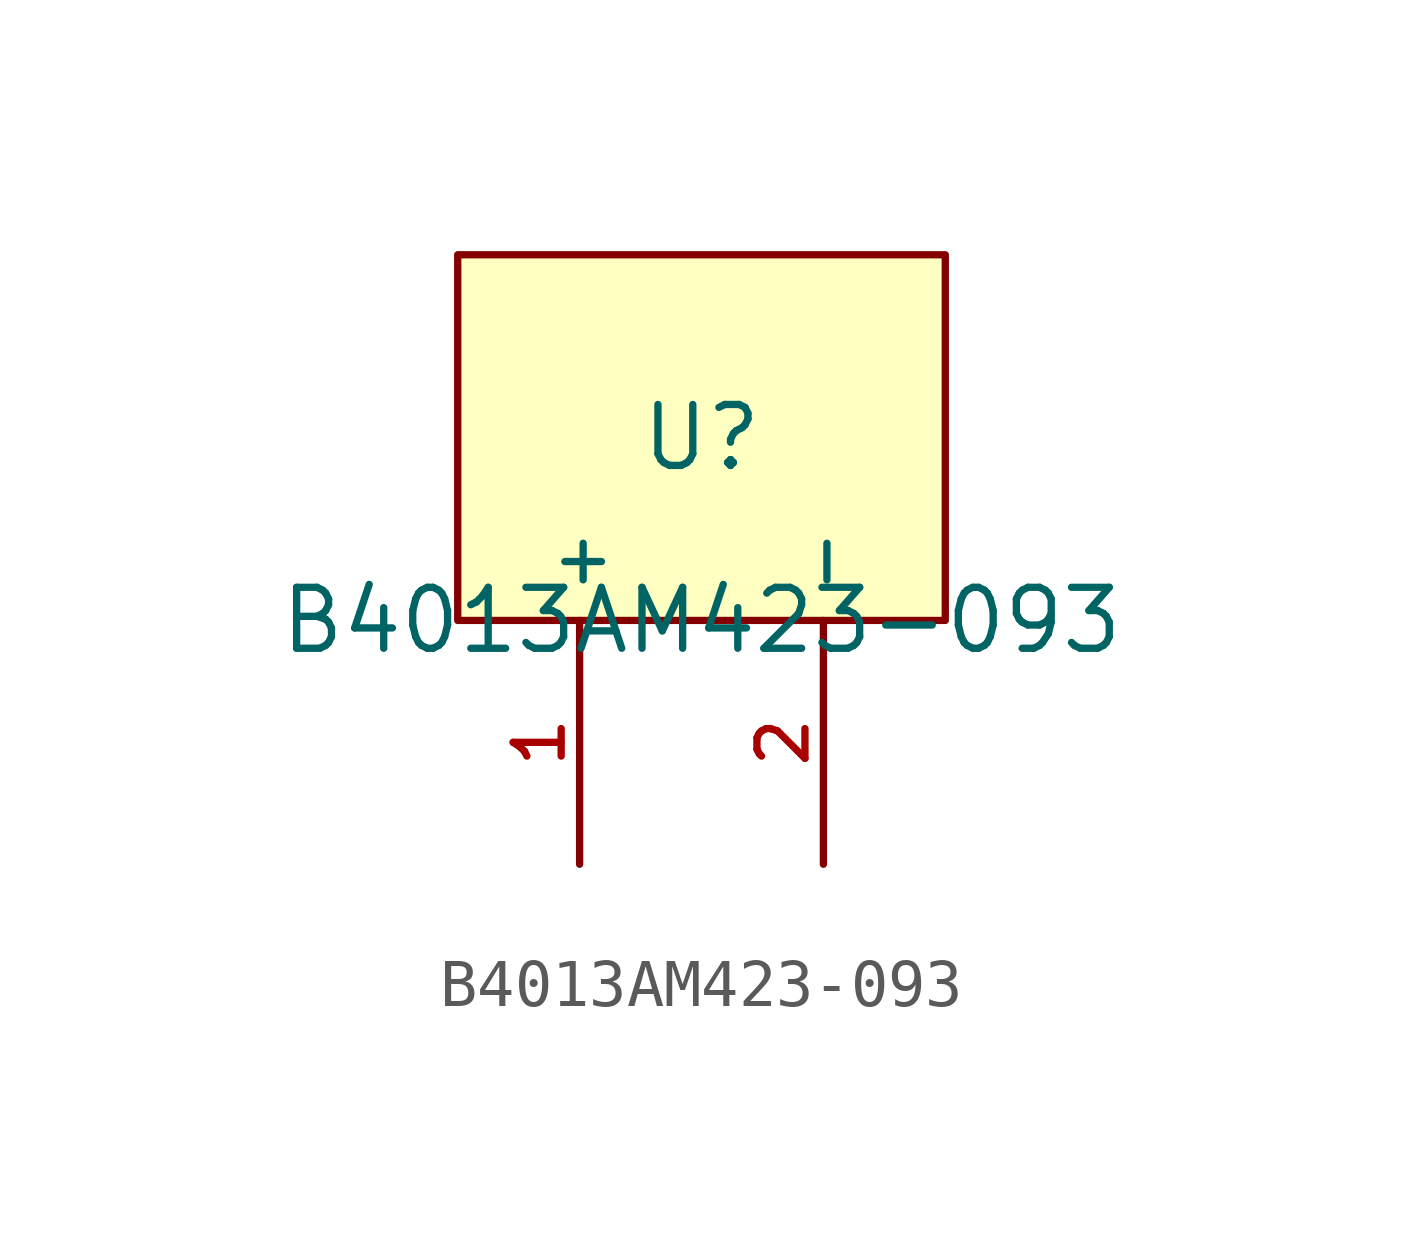
<source format=kicad_sym>
(kicad_symbol_lib
  (version 20210201)
  (generator TousstNicolas/JLC2KiCad_lib)
  (symbol "B4013AM423-093"
    (property "Reference" "U"
      (at 0 1.27 0)
      (effects (font (size 1.27 1.27))))
    (property "Value" "B4013AM423-093"
      (at 0 -2.54 0)
      (effects (font (size 1.27 1.27))))
    (symbol "B4013AM423-093_0_1"
      (rectangle (start -5.08 5.08) (end 5.08 -2.54) (stroke (width 0) (type default) (color 0 0 0 0)) (fill (type background)))
      (pin unspecified line (at -2.54 -7.62 90) (length 5.08) (name "+" (effects (font (size 1 1)))) (number "1" (effects (font (size 1 1)))))
      (pin unspecified line (at 2.54 -7.62 90) (length 5.08) (name "-" (effects (font (size 1 1)))) (number "2" (effects (font (size 1 1))))))))
</source>
